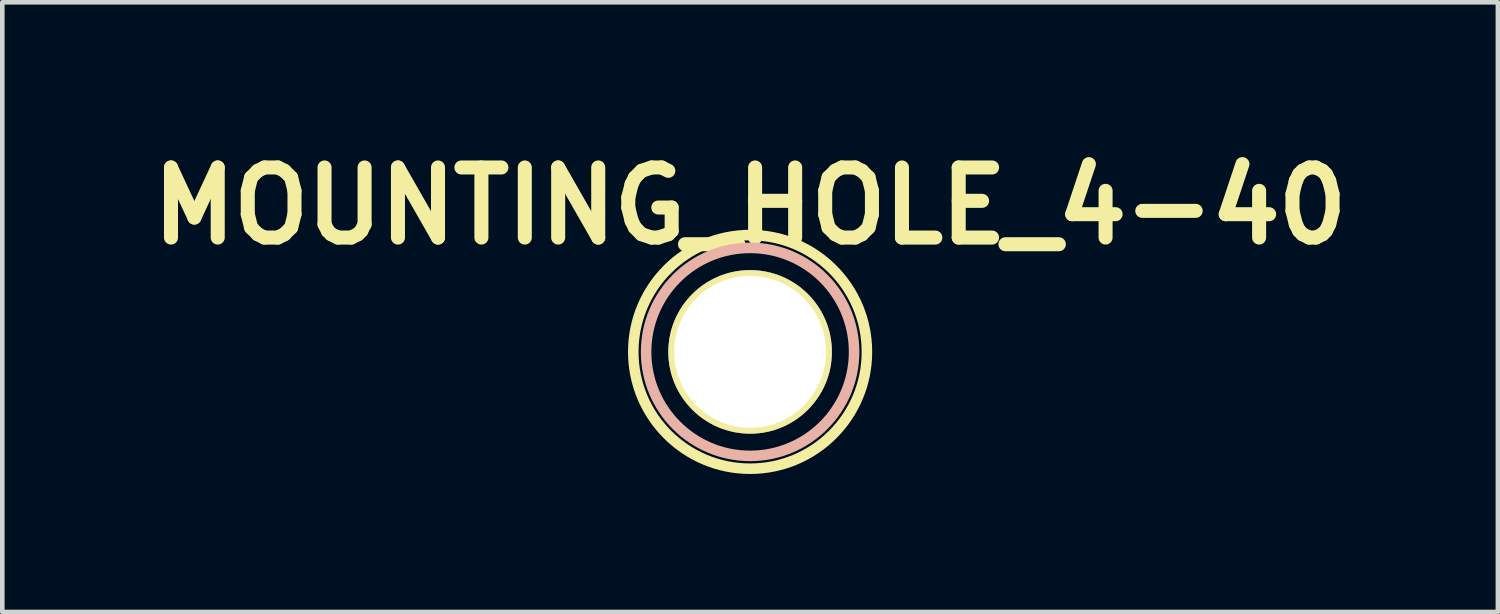
<source format=kicad_pcb>
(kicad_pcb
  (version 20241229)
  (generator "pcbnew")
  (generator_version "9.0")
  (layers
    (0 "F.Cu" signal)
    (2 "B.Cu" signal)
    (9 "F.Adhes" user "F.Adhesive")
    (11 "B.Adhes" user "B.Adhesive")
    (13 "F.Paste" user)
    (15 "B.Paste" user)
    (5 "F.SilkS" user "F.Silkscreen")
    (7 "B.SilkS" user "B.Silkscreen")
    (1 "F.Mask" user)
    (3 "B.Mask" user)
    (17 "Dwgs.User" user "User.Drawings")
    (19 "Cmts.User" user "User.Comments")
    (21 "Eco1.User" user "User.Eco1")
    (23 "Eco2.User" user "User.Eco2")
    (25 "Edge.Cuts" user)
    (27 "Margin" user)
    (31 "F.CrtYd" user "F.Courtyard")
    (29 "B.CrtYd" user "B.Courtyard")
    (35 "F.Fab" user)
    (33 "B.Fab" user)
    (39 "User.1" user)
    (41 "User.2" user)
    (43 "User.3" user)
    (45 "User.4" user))
  (footprint "MOUNTING_HOLE_4-40"
    (layer "F.Cu")
    (at 13.259 4.601)
    (property "Reference" "MOUNTING_HOLE_4-40" (at 0 -3.175 0) (layer "F.SilkS") (effects (font (size 1.524 1.524) (thickness 0.305))))
    (attr through_hole)
    (fp_circle (center 0 0) (end 2.54 0) (stroke (width 0.229) (type solid)) (fill no) (layer "F.SilkS"))
    (fp_circle (center 0 0) (end 2.261 0) (stroke (width 0.229) (type solid)) (fill no) (layer "B.SilkS"))
    (pad "1" thru_hole circle (at 0 0) (size 3.556 3.556) (drill 3.302) (layers "*.Cu" "*.Mask" "F.SilkS")))
  (gr_rect
    (start -3 -3)
    (end 29.518 10.256)
    (stroke (width 0.1) (type default))
    (fill no)
    (layer "Edge.Cuts")))
</source>
